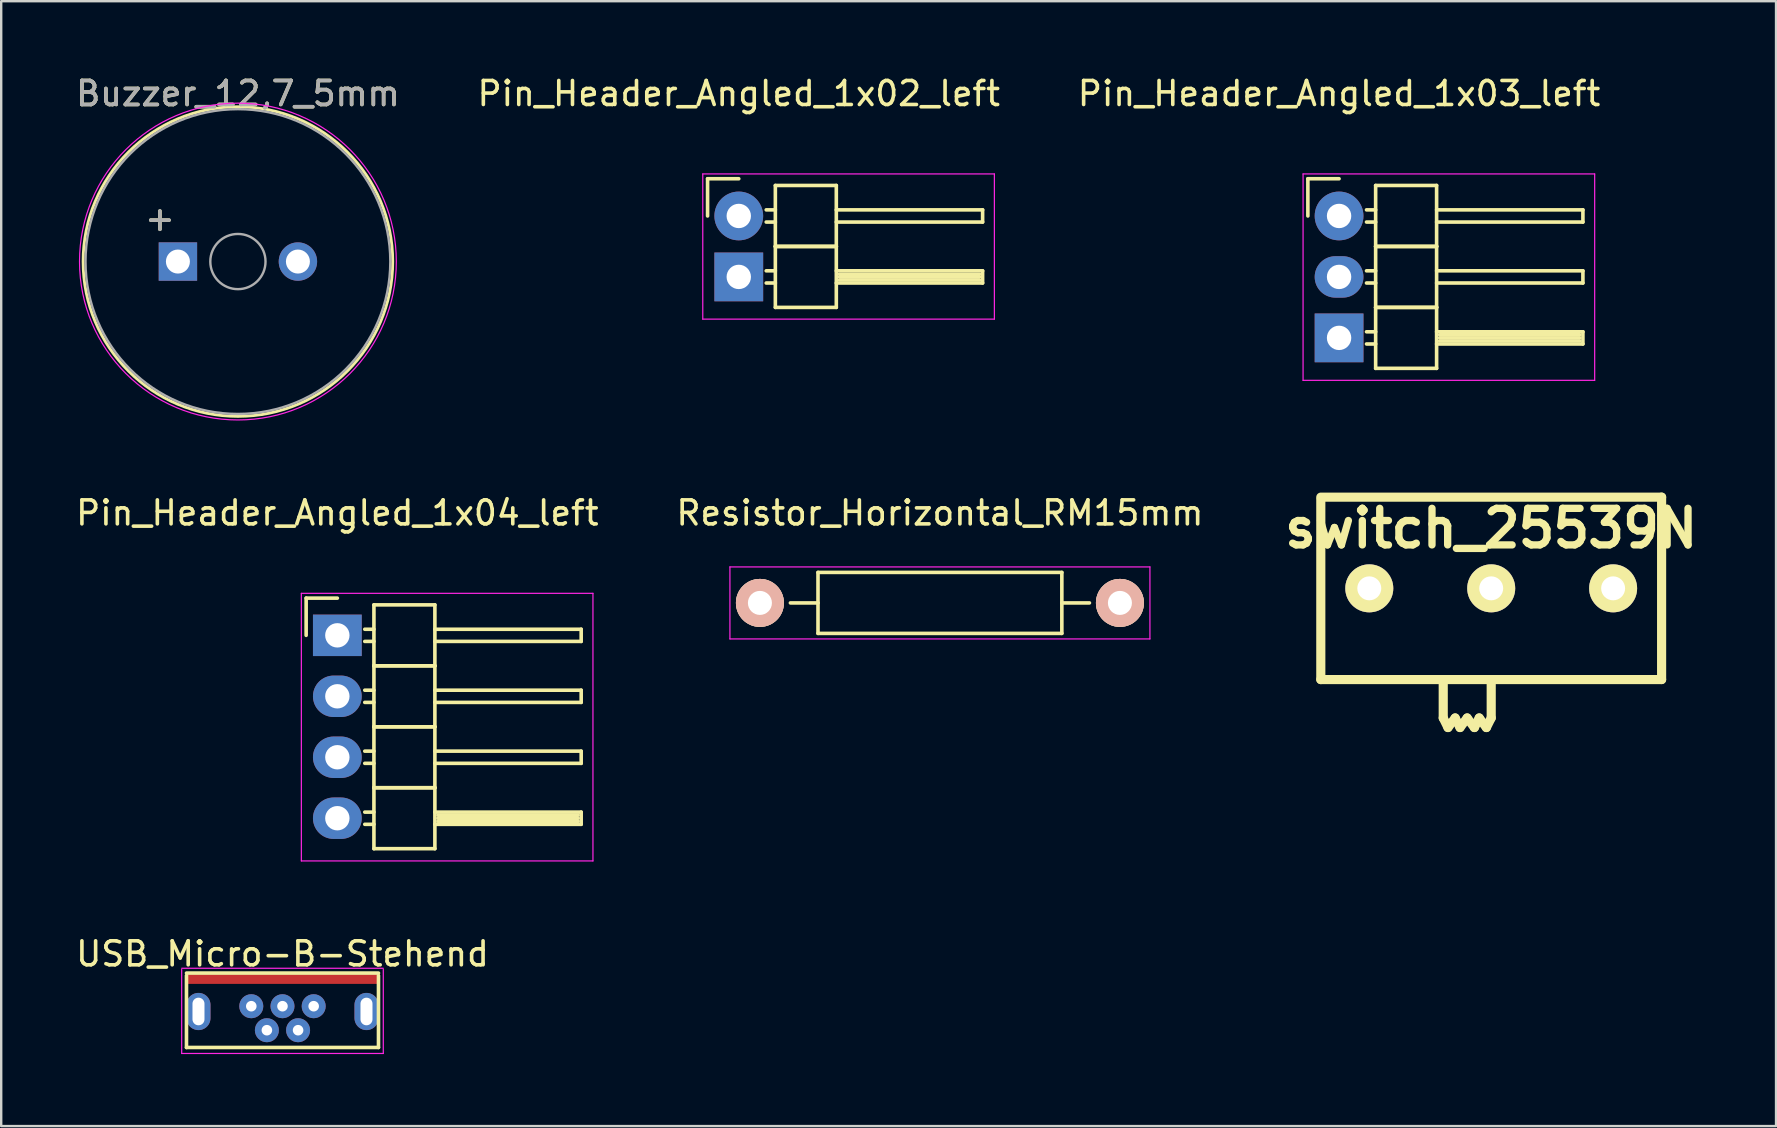
<source format=kicad_pcb>
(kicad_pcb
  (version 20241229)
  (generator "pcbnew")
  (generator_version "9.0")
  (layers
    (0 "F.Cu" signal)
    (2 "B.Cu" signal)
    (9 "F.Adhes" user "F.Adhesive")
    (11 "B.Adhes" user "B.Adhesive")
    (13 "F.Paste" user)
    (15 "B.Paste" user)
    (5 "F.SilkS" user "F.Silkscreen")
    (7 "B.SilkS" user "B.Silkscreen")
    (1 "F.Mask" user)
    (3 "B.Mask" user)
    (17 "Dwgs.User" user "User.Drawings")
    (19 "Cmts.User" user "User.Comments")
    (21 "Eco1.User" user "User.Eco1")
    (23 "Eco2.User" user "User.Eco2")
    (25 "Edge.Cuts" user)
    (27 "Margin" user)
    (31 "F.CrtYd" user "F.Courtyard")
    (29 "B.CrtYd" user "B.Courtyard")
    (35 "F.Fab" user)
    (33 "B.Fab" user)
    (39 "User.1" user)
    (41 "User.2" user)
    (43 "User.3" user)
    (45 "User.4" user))
  (footprint "Pin_Header_Angled_1x03_left"
    (layer "F.Cu")
    (at 52.744 5.948)
    (property "Reference" "Pin_Header_Angled_1x03_left" (at 0 -5.1 0) (layer "F.SilkS") (effects (font (size 1 1) (thickness 0.15))))
    (attr through_hole)
    (fp_line (start -1.3 -1.55) (end -1.3 0) (stroke (width 0.15) (type solid)) (layer "F.SilkS"))
    (fp_line (start 0 -1.55) (end -1.3 -1.55) (stroke (width 0.15) (type solid)) (layer "F.SilkS"))
    (fp_line (start 1.524 -1.27) (end 1.524 1.27) (stroke (width 0.15) (type solid)) (layer "F.SilkS"))
    (fp_line (start 1.524 -1.27) (end 4.064 -1.27) (stroke (width 0.15) (type solid)) (layer "F.SilkS"))
    (fp_line (start 1.524 -0.254) (end 1.143 -0.254) (stroke (width 0.15) (type solid)) (layer "F.SilkS"))
    (fp_line (start 1.524 0.254) (end 1.143 0.254) (stroke (width 0.15) (type solid)) (layer "F.SilkS"))
    (fp_line (start 1.524 1.27) (end 1.524 3.81) (stroke (width 0.15) (type solid)) (layer "F.SilkS"))
    (fp_line (start 1.524 1.27) (end 4.064 1.27) (stroke (width 0.15) (type solid)) (layer "F.SilkS"))
    (fp_line (start 1.524 1.27) (end 4.064 1.27) (stroke (width 0.15) (type solid)) (layer "F.SilkS"))
    (fp_line (start 1.524 2.286) (end 1.143 2.286) (stroke (width 0.15) (type solid)) (layer "F.SilkS"))
    (fp_line (start 1.524 2.794) (end 1.143 2.794) (stroke (width 0.15) (type solid)) (layer "F.SilkS"))
    (fp_line (start 1.524 3.81) (end 1.524 6.35) (stroke (width 0.15) (type solid)) (layer "F.SilkS"))
    (fp_line (start 1.524 3.81) (end 4.064 3.81) (stroke (width 0.15) (type solid)) (layer "F.SilkS"))
    (fp_line (start 1.524 3.81) (end 4.064 3.81) (stroke (width 0.15) (type solid)) (layer "F.SilkS"))
    (fp_line (start 1.524 4.826) (end 1.143 4.826) (stroke (width 0.15) (type solid)) (layer "F.SilkS"))
    (fp_line (start 1.524 5.334) (end 1.143 5.334) (stroke (width 0.15) (type solid)) (layer "F.SilkS"))
    (fp_line (start 1.524 6.35) (end 4.064 6.35) (stroke (width 0.15) (type solid)) (layer "F.SilkS"))
    (fp_line (start 4.064 -0.254) (end 10.16 -0.254) (stroke (width 0.15) (type solid)) (layer "F.SilkS"))
    (fp_line (start 4.064 1.27) (end 4.064 -1.27) (stroke (width 0.15) (type solid)) (layer "F.SilkS"))
    (fp_line (start 4.064 2.286) (end 10.16 2.286) (stroke (width 0.15) (type solid)) (layer "F.SilkS"))
    (fp_line (start 4.064 3.81) (end 4.064 1.27) (stroke (width 0.15) (type solid)) (layer "F.SilkS"))
    (fp_line (start 4.064 4.826) (end 10.16 4.826) (stroke (width 0.15) (type solid)) (layer "F.SilkS"))
    (fp_line (start 4.064 6.35) (end 4.064 3.81) (stroke (width 0.15) (type solid)) (layer "F.SilkS"))
    (fp_line (start 4.191 4.953) (end 10.033 4.953) (stroke (width 0.15) (type solid)) (layer "F.SilkS"))
    (fp_line (start 4.191 5.08) (end 10.033 5.08) (stroke (width 0.15) (type solid)) (layer "F.SilkS"))
    (fp_line (start 10.033 5.207) (end 4.191 5.207) (stroke (width 0.15) (type solid)) (layer "F.SilkS"))
    (fp_line (start 10.16 -0.254) (end 10.16 0.254) (stroke (width 0.15) (type solid)) (layer "F.SilkS"))
    (fp_line (start 10.16 0.254) (end 4.064 0.254) (stroke (width 0.15) (type solid)) (layer "F.SilkS"))
    (fp_line (start 10.16 2.286) (end 10.16 2.794) (stroke (width 0.15) (type solid)) (layer "F.SilkS"))
    (fp_line (start 10.16 2.794) (end 4.064 2.794) (stroke (width 0.15) (type solid)) (layer "F.SilkS"))
    (fp_line (start 10.16 4.826) (end 10.16 5.334) (stroke (width 0.15) (type solid)) (layer "F.SilkS"))
    (fp_line (start 10.16 5.334) (end 4.064 5.334) (stroke (width 0.15) (type solid)) (layer "F.SilkS"))
    (fp_line (start -1.5 -1.75) (end -1.5 6.85) (stroke (width 0.05) (type solid)) (layer "F.CrtYd"))
    (fp_line (start -1.5 -1.75) (end 10.65 -1.75) (stroke (width 0.05) (type solid)) (layer "F.CrtYd"))
    (fp_line (start -1.5 6.85) (end 10.65 6.85) (stroke (width 0.05) (type solid)) (layer "F.CrtYd"))
    (fp_line (start 10.65 -1.75) (end 10.65 6.85) (stroke (width 0.05) (type solid)) (layer "F.CrtYd"))
    (pad "1" thru_hole oval (at 0 0) (size 2.032 2.032) (drill 1.016) (layers "*.Cu" "*.Mask"))
    (pad "2" thru_hole oval (at 0 2.54) (size 2.032 1.727) (drill 1.016) (layers "*.Cu" "*.Mask"))
    (pad "3" thru_hole rect (at 0 5.08) (size 2.032 2.032) (drill 1.016) (layers "*.Cu" "*.Mask")))
  (footprint "Pin_Header_Angled_1x04_left"
    (layer "F.Cu")
    (at 11.006 23.422)
    (property "Reference" "Pin_Header_Angled_1x04_left" (at 0 -5.1 0) (layer "F.SilkS") (effects (font (size 1 1) (thickness 0.15))))
    (attr through_hole)
    (fp_line (start -1.3 -1.55) (end -1.3 0) (stroke (width 0.15) (type solid)) (layer "F.SilkS"))
    (fp_line (start 0 -1.55) (end -1.3 -1.55) (stroke (width 0.15) (type solid)) (layer "F.SilkS"))
    (fp_line (start 1.524 -1.27) (end 1.524 1.27) (stroke (width 0.15) (type solid)) (layer "F.SilkS"))
    (fp_line (start 1.524 -1.27) (end 4.064 -1.27) (stroke (width 0.15) (type solid)) (layer "F.SilkS"))
    (fp_line (start 1.524 -0.254) (end 1.143 -0.254) (stroke (width 0.15) (type solid)) (layer "F.SilkS"))
    (fp_line (start 1.524 0.254) (end 1.143 0.254) (stroke (width 0.15) (type solid)) (layer "F.SilkS"))
    (fp_line (start 1.524 1.27) (end 1.524 3.81) (stroke (width 0.15) (type solid)) (layer "F.SilkS"))
    (fp_line (start 1.524 1.27) (end 4.064 1.27) (stroke (width 0.15) (type solid)) (layer "F.SilkS"))
    (fp_line (start 1.524 1.27) (end 4.064 1.27) (stroke (width 0.15) (type solid)) (layer "F.SilkS"))
    (fp_line (start 1.524 2.286) (end 1.143 2.286) (stroke (width 0.15) (type solid)) (layer "F.SilkS"))
    (fp_line (start 1.524 2.794) (end 1.143 2.794) (stroke (width 0.15) (type solid)) (layer "F.SilkS"))
    (fp_line (start 1.524 3.81) (end 1.524 6.35) (stroke (width 0.15) (type solid)) (layer "F.SilkS"))
    (fp_line (start 1.524 3.81) (end 4.064 3.81) (stroke (width 0.15) (type solid)) (layer "F.SilkS"))
    (fp_line (start 1.524 3.81) (end 4.064 3.81) (stroke (width 0.15) (type solid)) (layer "F.SilkS"))
    (fp_line (start 1.524 4.826) (end 1.143 4.826) (stroke (width 0.15) (type solid)) (layer "F.SilkS"))
    (fp_line (start 1.524 5.334) (end 1.143 5.334) (stroke (width 0.15) (type solid)) (layer "F.SilkS"))
    (fp_line (start 1.524 6.35) (end 1.524 8.89) (stroke (width 0.15) (type solid)) (layer "F.SilkS"))
    (fp_line (start 1.524 6.35) (end 4.064 6.35) (stroke (width 0.15) (type solid)) (layer "F.SilkS"))
    (fp_line (start 1.524 6.35) (end 4.064 6.35) (stroke (width 0.15) (type solid)) (layer "F.SilkS"))
    (fp_line (start 1.524 7.366) (end 1.143 7.366) (stroke (width 0.15) (type solid)) (layer "F.SilkS"))
    (fp_line (start 1.524 7.874) (end 1.143 7.874) (stroke (width 0.15) (type solid)) (layer "F.SilkS"))
    (fp_line (start 1.524 8.89) (end 4.064 8.89) (stroke (width 0.15) (type solid)) (layer "F.SilkS"))
    (fp_line (start 4.064 -0.254) (end 10.16 -0.254) (stroke (width 0.15) (type solid)) (layer "F.SilkS"))
    (fp_line (start 4.064 1.27) (end 4.064 -1.27) (stroke (width 0.15) (type solid)) (layer "F.SilkS"))
    (fp_line (start 4.064 2.286) (end 10.16 2.286) (stroke (width 0.15) (type solid)) (layer "F.SilkS"))
    (fp_line (start 4.064 3.81) (end 4.064 1.27) (stroke (width 0.15) (type solid)) (layer "F.SilkS"))
    (fp_line (start 4.064 4.826) (end 10.16 4.826) (stroke (width 0.15) (type solid)) (layer "F.SilkS"))
    (fp_line (start 4.064 6.35) (end 4.064 3.81) (stroke (width 0.15) (type solid)) (layer "F.SilkS"))
    (fp_line (start 4.064 7.366) (end 10.16 7.366) (stroke (width 0.15) (type solid)) (layer "F.SilkS"))
    (fp_line (start 4.064 8.89) (end 4.064 6.35) (stroke (width 0.15) (type solid)) (layer "F.SilkS"))
    (fp_line (start 4.191 7.62) (end 10.033 7.62) (stroke (width 0.15) (type solid)) (layer "F.SilkS"))
    (fp_line (start 4.191 7.747) (end 10.033 7.747) (stroke (width 0.15) (type solid)) (layer "F.SilkS"))
    (fp_line (start 10.033 7.493) (end 4.191 7.493) (stroke (width 0.15) (type solid)) (layer "F.SilkS"))
    (fp_line (start 10.16 -0.254) (end 10.16 0.254) (stroke (width 0.15) (type solid)) (layer "F.SilkS"))
    (fp_line (start 10.16 0.254) (end 4.064 0.254) (stroke (width 0.15) (type solid)) (layer "F.SilkS"))
    (fp_line (start 10.16 2.286) (end 10.16 2.794) (stroke (width 0.15) (type solid)) (layer "F.SilkS"))
    (fp_line (start 10.16 2.794) (end 4.064 2.794) (stroke (width 0.15) (type solid)) (layer "F.SilkS"))
    (fp_line (start 10.16 4.826) (end 10.16 5.334) (stroke (width 0.15) (type solid)) (layer "F.SilkS"))
    (fp_line (start 10.16 5.334) (end 4.064 5.334) (stroke (width 0.15) (type solid)) (layer "F.SilkS"))
    (fp_line (start 10.16 7.366) (end 10.16 7.874) (stroke (width 0.15) (type solid)) (layer "F.SilkS"))
    (fp_line (start 10.16 7.874) (end 4.064 7.874) (stroke (width 0.15) (type solid)) (layer "F.SilkS"))
    (fp_line (start -1.5 -1.75) (end -1.5 9.4) (stroke (width 0.05) (type solid)) (layer "F.CrtYd"))
    (fp_line (start -1.5 -1.75) (end 10.65 -1.75) (stroke (width 0.05) (type solid)) (layer "F.CrtYd"))
    (fp_line (start -1.5 9.4) (end 10.65 9.4) (stroke (width 0.05) (type solid)) (layer "F.CrtYd"))
    (fp_line (start 10.65 -1.75) (end 10.65 9.4) (stroke (width 0.05) (type solid)) (layer "F.CrtYd"))
    (pad "1" thru_hole rect (at 0 0) (size 2.032 1.727) (drill 1.016) (layers "*.Cu" "*.Mask"))
    (pad "2" thru_hole oval (at 0 2.54) (size 2.032 1.727) (drill 1.016) (layers "*.Cu" "*.Mask"))
    (pad "3" thru_hole oval (at 0 5.08) (size 2.032 1.727) (drill 1.016) (layers "*.Cu" "*.Mask"))
    (pad "4" thru_hole oval (at 0 7.62) (size 2.032 1.727) (drill 1.016) (layers "*.Cu" "*.Mask")))
  (footprint "Buzzer_12,7_5mm"
    (layer "F.Cu")
    (at 3.613 7.848)
    (property "Reference" "Buzzer_12,7_5mm" (at 3.25 -7 0) (layer "F.SilkS") (effects (font (size 1 1) (thickness 0.15))))
    (attr through_hole)
    (fp_circle (center 3.25 0) (end 9.7 0) (stroke (width 0.12) (type solid)) (fill no) (layer "F.SilkS"))
    (fp_circle (center 3.25 0) (end 9.85 0) (stroke (width 0.05) (type solid)) (fill no) (layer "F.CrtYd"))
    (fp_circle (center 3.25 0) (end 4.4 0) (stroke (width 0.1) (type solid)) (fill no) (layer "F.Fab"))
    (fp_circle (center 3.25 0) (end 9.6 0) (stroke (width 0.1) (type solid)) (fill no) (layer "F.Fab"))
    (fp_text user "+" (at 0 -1.8 0) (layer "F.SilkS") (effects (font (size 1 1) (thickness 0.15))))
    (fp_text user "+" (at 0 -1.8 0) (layer "F.Fab") (effects (font (size 1 1) (thickness 0.15))))
    (fp_text user "${REFERENCE}" (at 3.25 -7 0) (layer "F.Fab") (effects (font (size 1 1) (thickness 0.15))))
    (pad "1" thru_hole rect (at 0.75 0) (size 1.6 1.6) (drill 1) (layers "*.Cu" "*.Mask"))
    (pad "2" thru_hole circle (at 5.75 0) (size 1.6 1.6) (drill 1) (layers "*.Cu" "*.Mask")))
  (footprint "switch_25539N"
    (layer "F.Cu")
    (at 59.083 21.464)
    (property "Reference" "switch_25539N" (at 0 -2.499 0) (layer "F.SilkS") (effects (font (size 1.524 1.524) (thickness 0.305))))
    (attr through_hole)
    (fp_line (start -7.1 -3.699) (end -7.1 3.801) (stroke (width 0.381) (type solid)) (layer "F.SilkS"))
    (fp_line (start -7.1 3.801) (end 7.1 3.801) (stroke (width 0.381) (type solid)) (layer "F.SilkS"))
    (fp_line (start -1.999 3.801) (end -1.999 5.401) (stroke (width 0.381) (type solid)) (layer "F.SilkS"))
    (fp_line (start -1.999 5.401) (end -1.801 5.8) (stroke (width 0.381) (type solid)) (layer "F.SilkS"))
    (fp_line (start -1.801 5.8) (end -1.501 5.401) (stroke (width 0.381) (type solid)) (layer "F.SilkS"))
    (fp_line (start -1.501 5.401) (end -1.3 5.8) (stroke (width 0.381) (type solid)) (layer "F.SilkS"))
    (fp_line (start -1.3 5.8) (end -1.001 5.401) (stroke (width 0.381) (type solid)) (layer "F.SilkS"))
    (fp_line (start -1.001 5.401) (end -0.701 5.8) (stroke (width 0.381) (type solid)) (layer "F.SilkS"))
    (fp_line (start -0.701 5.8) (end -0.5 5.401) (stroke (width 0.381) (type solid)) (layer "F.SilkS"))
    (fp_line (start -0.5 5.401) (end -0.201 5.8) (stroke (width 0.381) (type solid)) (layer "F.SilkS"))
    (fp_line (start -0.201 5.8) (end 0 5.401) (stroke (width 0.381) (type solid)) (layer "F.SilkS"))
    (fp_line (start 0 3.801) (end 0 5.401) (stroke (width 0.381) (type solid)) (layer "F.SilkS"))
    (fp_line (start 7.1 -3.799) (end -7.1 -3.799) (stroke (width 0.381) (type solid)) (layer "F.SilkS"))
    (fp_line (start 7.1 3.8) (end 7.1 -3.8) (stroke (width 0.381) (type solid)) (layer "F.SilkS"))
    (pad "1" thru_hole circle (at -5.08 0) (size 1.999 1.999) (drill 0.998) (layers "*.Cu" "*.Mask" "F.SilkS"))
    (pad "2" thru_hole circle (at 0 0) (size 1.999 1.999) (drill 0.998) (layers "*.Cu" "*.Mask" "F.SilkS"))
    (pad "3" thru_hole circle (at 5.08 0) (size 1.999 1.999) (drill 0.998) (layers "*.Cu" "*.Mask" "F.SilkS")))
  (footprint "Resistor_Horizontal_RM15mm"
    (layer "F.Cu")
    (at 28.613 22.071)
    (property "Reference" "Resistor_Horizontal_RM15mm" (at 7.5 -3.749 0) (layer "F.SilkS") (effects (font (size 1 1) (thickness 0.15))))
    (attr through_hole)
    (fp_line (start 1.27 0) (end 2.42 0) (stroke (width 0.15) (type solid)) (layer "F.SilkS"))
    (fp_line (start 2.42 -1.27) (end 2.42 1.27) (stroke (width 0.15) (type solid)) (layer "F.SilkS"))
    (fp_line (start 2.42 1.27) (end 12.58 1.27) (stroke (width 0.15) (type solid)) (layer "F.SilkS"))
    (fp_line (start 12.58 -1.27) (end 2.42 -1.27) (stroke (width 0.15) (type solid)) (layer "F.SilkS"))
    (fp_line (start 12.58 1.27) (end 12.58 -1.27) (stroke (width 0.15) (type solid)) (layer "F.SilkS"))
    (fp_line (start 13.73 0) (end 12.58 0) (stroke (width 0.15) (type solid)) (layer "F.SilkS"))
    (fp_line (start -1.25 -1.5) (end 16.25 -1.5) (stroke (width 0.05) (type solid)) (layer "F.CrtYd"))
    (fp_line (start -1.25 1.5) (end -1.25 -1.5) (stroke (width 0.05) (type solid)) (layer "F.CrtYd"))
    (fp_line (start 16.25 -1.5) (end 16.25 1.5) (stroke (width 0.05) (type solid)) (layer "F.CrtYd"))
    (fp_line (start 16.25 1.5) (end -1.25 1.5) (stroke (width 0.05) (type solid)) (layer "F.CrtYd"))
    (pad "1" thru_hole circle (at 0 0) (size 1.999 1.999) (drill 1.001) (layers "*.Cu" "*.SilkS" "*.Mask"))
    (pad "2" thru_hole circle (at 15 0) (size 1.999 1.999) (drill 1.001) (layers "*.Cu" "*.SilkS" "*.Mask")))
  (footprint "Pin_Header_Angled_1x02_left"
    (layer "F.Cu")
    (at 27.732 5.948)
    (property "Reference" "Pin_Header_Angled_1x02_left" (at 0 -5.1 0) (layer "F.SilkS") (effects (font (size 1 1) (thickness 0.15))))
    (attr through_hole)
    (fp_line (start -1.3 -1.55) (end -1.3 0) (stroke (width 0.15) (type solid)) (layer "F.SilkS"))
    (fp_line (start 0 -1.55) (end -1.3 -1.55) (stroke (width 0.15) (type solid)) (layer "F.SilkS"))
    (fp_line (start 1.524 -1.27) (end 1.524 1.27) (stroke (width 0.15) (type solid)) (layer "F.SilkS"))
    (fp_line (start 1.524 -1.27) (end 4.064 -1.27) (stroke (width 0.15) (type solid)) (layer "F.SilkS"))
    (fp_line (start 1.524 -0.254) (end 1.143 -0.254) (stroke (width 0.15) (type solid)) (layer "F.SilkS"))
    (fp_line (start 1.524 0.254) (end 1.143 0.254) (stroke (width 0.15) (type solid)) (layer "F.SilkS"))
    (fp_line (start 1.524 1.27) (end 1.524 3.81) (stroke (width 0.15) (type solid)) (layer "F.SilkS"))
    (fp_line (start 1.524 1.27) (end 4.064 1.27) (stroke (width 0.15) (type solid)) (layer "F.SilkS"))
    (fp_line (start 1.524 1.27) (end 4.064 1.27) (stroke (width 0.15) (type solid)) (layer "F.SilkS"))
    (fp_line (start 1.524 2.286) (end 1.143 2.286) (stroke (width 0.15) (type solid)) (layer "F.SilkS"))
    (fp_line (start 1.524 2.794) (end 1.143 2.794) (stroke (width 0.15) (type solid)) (layer "F.SilkS"))
    (fp_line (start 1.524 3.81) (end 4.064 3.81) (stroke (width 0.15) (type solid)) (layer "F.SilkS"))
    (fp_line (start 4.064 -0.254) (end 10.16 -0.254) (stroke (width 0.15) (type solid)) (layer "F.SilkS"))
    (fp_line (start 4.064 1.27) (end 4.064 -1.27) (stroke (width 0.15) (type solid)) (layer "F.SilkS"))
    (fp_line (start 4.064 2.286) (end 10.16 2.286) (stroke (width 0.15) (type solid)) (layer "F.SilkS"))
    (fp_line (start 4.064 3.81) (end 4.064 1.27) (stroke (width 0.15) (type solid)) (layer "F.SilkS"))
    (fp_line (start 4.191 2.427) (end 10.033 2.427) (stroke (width 0.15) (type solid)) (layer "F.SilkS"))
    (fp_line (start 4.191 2.54) (end 10.033 2.54) (stroke (width 0.15) (type solid)) (layer "F.SilkS"))
    (fp_line (start 10.033 2.667) (end 4.191 2.667) (stroke (width 0.15) (type solid)) (layer "F.SilkS"))
    (fp_line (start 10.16 -0.254) (end 10.16 0.254) (stroke (width 0.15) (type solid)) (layer "F.SilkS"))
    (fp_line (start 10.16 0.254) (end 4.064 0.254) (stroke (width 0.15) (type solid)) (layer "F.SilkS"))
    (fp_line (start 10.16 2.286) (end 10.16 2.794) (stroke (width 0.15) (type solid)) (layer "F.SilkS"))
    (fp_line (start 10.16 2.794) (end 4.064 2.794) (stroke (width 0.15) (type solid)) (layer "F.SilkS"))
    (fp_line (start -1.5 -1.75) (end -1.5 4.3) (stroke (width 0.05) (type solid)) (layer "F.CrtYd"))
    (fp_line (start -1.5 -1.75) (end 10.65 -1.75) (stroke (width 0.05) (type solid)) (layer "F.CrtYd"))
    (fp_line (start -1.5 4.3) (end 10.65 4.3) (stroke (width 0.05) (type solid)) (layer "F.CrtYd"))
    (fp_line (start 10.65 -1.75) (end 10.65 4.3) (stroke (width 0.05) (type solid)) (layer "F.CrtYd"))
    (pad "1" thru_hole oval (at 0 0) (size 2.032 2.032) (drill 1.016) (layers "*.Cu" "*.Mask"))
    (pad "2" thru_hole rect (at 0 2.54) (size 2.032 2.032) (drill 1.016) (layers "*.Cu" "*.Mask")))
  (footprint "USB_Micro-B-Stehend"
    (layer "F.Cu")
    (at 8.72 39.095)
    (property "Reference" "USB_Micro-B-Stehend" (at 0 -2.4 0) (layer "F.SilkS") (effects (font (size 1 1) (thickness 0.15))))
    (attr smd)
    (fp_line (start -4 -1.6) (end 4 -1.6) (stroke (width 0.15) (type solid)) (layer "F.SilkS"))
    (fp_line (start -4 1.5) (end -4 -1.5) (stroke (width 0.15) (type solid)) (layer "F.SilkS"))
    (fp_line (start 4 -1.5) (end 4 1.5) (stroke (width 0.15) (type solid)) (layer "F.SilkS"))
    (fp_line (start 4 1.5) (end -4 1.5) (stroke (width 0.15) (type solid)) (layer "F.SilkS"))
    (fp_line (start -4.2 -1.8) (end 4.2 -1.8) (stroke (width 0.05) (type solid)) (layer "F.CrtYd"))
    (fp_line (start -4.2 1.75) (end -4.2 -1.75) (stroke (width 0.05) (type solid)) (layer "F.CrtYd"))
    (fp_line (start 4.2 -1.75) (end 4.2 1.75) (stroke (width 0.05) (type solid)) (layer "F.CrtYd"))
    (fp_line (start 4.2 1.75) (end -4.2 1.75) (stroke (width 0.05) (type solid)) (layer "F.CrtYd"))
    (pad "1" thru_hole circle (at -1.3 -0.22) (size 1 1) (drill 0.44) (layers "*.Cu" "*.Mask"))
    (pad "2" thru_hole circle (at -0.65 0.78) (size 1 1) (drill 0.44) (layers "*.Cu" "*.Mask"))
    (pad "3" thru_hole circle (at 0 -0.22) (size 1 1) (drill 0.44) (layers "*.Cu" "*.Mask"))
    (pad "4" thru_hole circle (at 0.65 0.78) (size 1 1) (drill 0.44) (layers "*.Cu" "*.Mask"))
    (pad "5" thru_hole circle (at 1.3 -0.22) (size 1 1) (drill 0.44) (layers "*.Cu" "*.Mask"))
    (pad "6" thru_hole oval (at -3.5 0 90) (size 1.55 1) (drill oval 1.15 0.5) (layers "*.Cu" "*.Mask"))
    (pad "6" smd rect (at 0 -1.35) (size 8 0.4) (layers "F.Cu" "F.Mask"))
    (pad "6" thru_hole oval (at 3.5 0 90) (size 1.55 1) (drill oval 1.15 0.5) (layers "*.Cu" "*.Mask")))
  (gr_rect
    (start -3 -3)
    (end 70.951 43.87)
    (stroke (width 0.1) (type default))
    (fill no)
    (layer "Edge.Cuts")))
</source>
